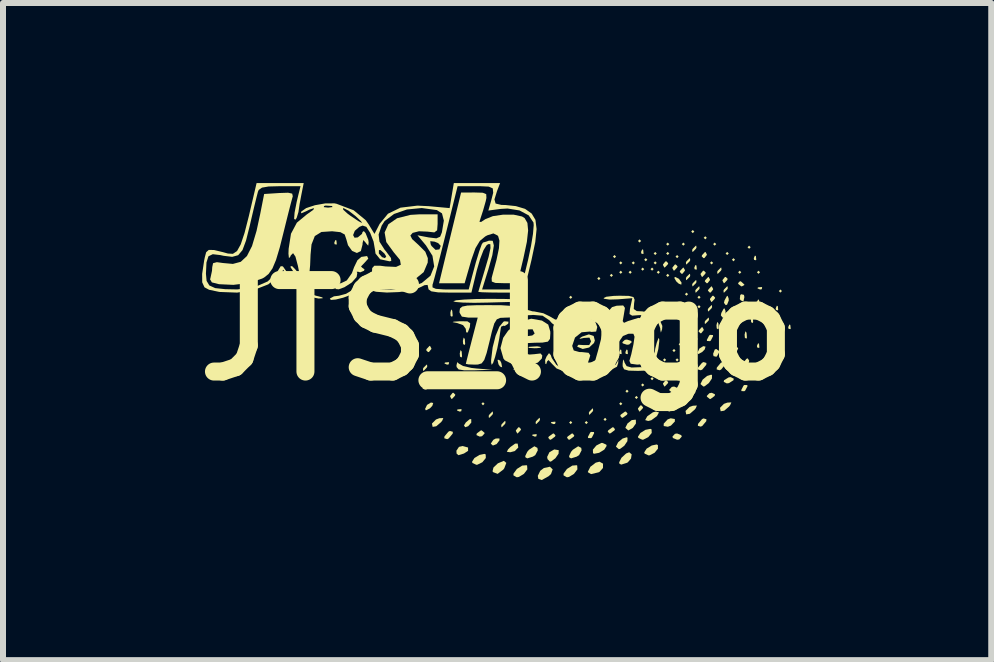
<source format=kicad_pcb>
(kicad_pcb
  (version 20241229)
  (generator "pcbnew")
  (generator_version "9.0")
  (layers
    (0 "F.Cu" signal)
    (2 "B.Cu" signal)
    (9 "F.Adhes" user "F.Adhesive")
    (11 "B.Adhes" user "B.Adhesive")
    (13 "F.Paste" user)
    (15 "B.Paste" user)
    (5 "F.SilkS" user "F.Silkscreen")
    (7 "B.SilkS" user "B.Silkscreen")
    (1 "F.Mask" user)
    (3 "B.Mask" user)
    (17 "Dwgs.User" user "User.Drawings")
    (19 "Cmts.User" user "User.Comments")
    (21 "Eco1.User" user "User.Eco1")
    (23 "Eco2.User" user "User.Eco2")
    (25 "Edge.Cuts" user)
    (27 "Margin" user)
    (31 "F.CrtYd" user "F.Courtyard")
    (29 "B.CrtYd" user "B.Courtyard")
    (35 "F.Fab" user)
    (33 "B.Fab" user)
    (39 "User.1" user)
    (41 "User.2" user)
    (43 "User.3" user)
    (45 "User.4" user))
  (footprint "JTS_logo"
    (layer "F.Cu")
    (at 5.232 2.451)
    (property "Reference" "JTS_logo" (at 0 0 0) (layer "F.SilkS") (effects (font (size 1.524 1.524) (thickness 0.3))))
    (attr board_only exclude_from_pos_files exclude_from_bom)
    (fp_poly (pts (xy -0.782 0.808) (xy -0.808 0.834) (xy -0.834 0.808) (xy -0.808 0.782)) (stroke (width 0) (type solid)) (fill yes) (layer "F.SilkS"))
    (fp_poly (pts (xy -0.209 1.226) (xy -0.235 1.252) (xy -0.261 1.226) (xy -0.235 1.2)) (stroke (width 0) (type solid)) (fill yes) (layer "F.SilkS"))
    (fp_poly (pts (xy 1.252 -0.548) (xy 1.226 -0.522) (xy 1.2 -0.548) (xy 1.226 -0.574)) (stroke (width 0) (type solid)) (fill yes) (layer "F.SilkS"))
    (fp_poly (pts (xy 1.252 1.539) (xy 1.226 1.565) (xy 1.2 1.539) (xy 1.226 1.513)) (stroke (width 0) (type solid)) (fill yes) (layer "F.SilkS"))
    (fp_poly (pts (xy 1.513 1.539) (xy 1.486 1.565) (xy 1.46 1.539) (xy 1.486 1.513)) (stroke (width 0) (type solid)) (fill yes) (layer "F.SilkS"))
    (fp_poly (pts (xy 1.721 -0.861) (xy 1.695 -0.834) (xy 1.669 -0.861) (xy 1.695 -0.887)) (stroke (width 0) (type solid)) (fill yes) (layer "F.SilkS"))
    (fp_poly (pts (xy 1.825 1.486) (xy 1.799 1.513) (xy 1.773 1.486) (xy 1.799 1.46)) (stroke (width 0) (type solid)) (fill yes) (layer "F.SilkS"))
    (fp_poly (pts (xy 1.93 -0.913) (xy 1.904 -0.887) (xy 1.878 -0.913) (xy 1.904 -0.939)) (stroke (width 0) (type solid)) (fill yes) (layer "F.SilkS"))
    (fp_poly (pts (xy 1.982 -1.226) (xy 1.956 -1.2) (xy 1.93 -1.226) (xy 1.956 -1.252)) (stroke (width 0) (type solid)) (fill yes) (layer "F.SilkS"))
    (fp_poly (pts (xy 2.086 -1.121) (xy 2.06 -1.095) (xy 2.034 -1.121) (xy 2.06 -1.147)) (stroke (width 0) (type solid)) (fill yes) (layer "F.SilkS"))
    (fp_poly (pts (xy 2.086 -0.965) (xy 2.06 -0.939) (xy 2.034 -0.965) (xy 2.06 -0.991)) (stroke (width 0) (type solid)) (fill yes) (layer "F.SilkS"))
    (fp_poly (pts (xy 2.086 1.226) (xy 2.06 1.252) (xy 2.034 1.226) (xy 2.06 1.2)) (stroke (width 0) (type solid)) (fill yes) (layer "F.SilkS"))
    (fp_poly (pts (xy 2.191 1.017) (xy 2.164 1.043) (xy 2.138 1.017) (xy 2.164 0.991)) (stroke (width 0) (type solid)) (fill yes) (layer "F.SilkS"))
    (fp_poly (pts (xy 2.243 -0.965) (xy 2.217 -0.939) (xy 2.191 -0.965) (xy 2.217 -0.991)) (stroke (width 0) (type solid)) (fill yes) (layer "F.SilkS"))
    (fp_poly (pts (xy 2.295 -1.121) (xy 2.269 -1.095) (xy 2.243 -1.121) (xy 2.269 -1.147)) (stroke (width 0) (type solid)) (fill yes) (layer "F.SilkS"))
    (fp_poly (pts (xy 2.347 1.121) (xy 2.321 1.147) (xy 2.295 1.121) (xy 2.321 1.095)) (stroke (width 0) (type solid)) (fill yes) (layer "F.SilkS"))
    (fp_poly (pts (xy 2.399 -1.486) (xy 2.373 -1.46) (xy 2.347 -1.486) (xy 2.373 -1.513)) (stroke (width 0) (type solid)) (fill yes) (layer "F.SilkS"))
    (fp_poly (pts (xy 2.451 -1.017) (xy 2.425 -0.991) (xy 2.399 -1.017) (xy 2.425 -1.043)) (stroke (width 0) (type solid)) (fill yes) (layer "F.SilkS"))
    (fp_poly (pts (xy 2.451 0.913) (xy 2.425 0.939) (xy 2.399 0.913) (xy 2.425 0.887)) (stroke (width 0) (type solid)) (fill yes) (layer "F.SilkS"))
    (fp_poly (pts (xy 2.503 -1.174) (xy 2.477 -1.147) (xy 2.451 -1.174) (xy 2.477 -1.2)) (stroke (width 0) (type solid)) (fill yes) (layer "F.SilkS"))
    (fp_poly (pts (xy 2.608 -1.017) (xy 2.582 -0.991) (xy 2.556 -1.017) (xy 2.582 -1.043)) (stroke (width 0) (type solid)) (fill yes) (layer "F.SilkS"))
    (fp_poly (pts (xy 2.608 0.808) (xy 2.582 0.834) (xy 2.556 0.808) (xy 2.582 0.782)) (stroke (width 0) (type solid)) (fill yes) (layer "F.SilkS"))
    (fp_poly (pts (xy 2.66 -1.278) (xy 2.634 -1.252) (xy 2.608 -1.278) (xy 2.634 -1.304)) (stroke (width 0) (type solid)) (fill yes) (layer "F.SilkS"))
    (fp_poly (pts (xy 2.66 -1.121) (xy 2.634 -1.095) (xy 2.608 -1.121) (xy 2.634 -1.147)) (stroke (width 0) (type solid)) (fill yes) (layer "F.SilkS"))
    (fp_poly (pts (xy 2.712 -0.965) (xy 2.686 -0.939) (xy 2.66 -0.965) (xy 2.686 -0.991)) (stroke (width 0) (type solid)) (fill yes) (layer "F.SilkS"))
    (fp_poly (pts (xy 2.816 0.495) (xy 2.79 0.522) (xy 2.764 0.495) (xy 2.79 0.469)) (stroke (width 0) (type solid)) (fill yes) (layer "F.SilkS"))
    (fp_poly (pts (xy 2.816 0.652) (xy 2.79 0.678) (xy 2.764 0.652) (xy 2.79 0.626)) (stroke (width 0) (type solid)) (fill yes) (layer "F.SilkS"))
    (fp_poly (pts (xy 2.869 -1.434) (xy 2.843 -1.408) (xy 2.816 -1.434) (xy 2.843 -1.46)) (stroke (width 0) (type solid)) (fill yes) (layer "F.SilkS"))
    (fp_poly (pts (xy 2.869 -1.278) (xy 2.843 -1.252) (xy 2.816 -1.278) (xy 2.843 -1.304)) (stroke (width 0) (type solid)) (fill yes) (layer "F.SilkS"))
    (fp_poly (pts (xy 2.869 -0.913) (xy 2.843 -0.887) (xy 2.816 -0.913) (xy 2.843 -0.939)) (stroke (width 0) (type solid)) (fill yes) (layer "F.SilkS"))
    (fp_poly (pts (xy 2.973 0.339) (xy 2.947 0.365) (xy 2.921 0.339) (xy 2.947 0.313)) (stroke (width 0) (type solid)) (fill yes) (layer "F.SilkS"))
    (fp_poly (pts (xy 3.025 -1.226) (xy 2.999 -1.2) (xy 2.973 -1.226) (xy 2.999 -1.252)) (stroke (width 0) (type solid)) (fill yes) (layer "F.SilkS"))
    (fp_poly (pts (xy 3.025 0.495) (xy 2.999 0.522) (xy 2.973 0.495) (xy 2.999 0.469)) (stroke (width 0) (type solid)) (fill yes) (layer "F.SilkS"))
    (fp_poly (pts (xy 3.077 0.235) (xy 3.051 0.261) (xy 3.025 0.235) (xy 3.051 0.209)) (stroke (width 0) (type solid)) (fill yes) (layer "F.SilkS"))
    (fp_poly (pts (xy 3.129 -1.434) (xy 3.103 -1.408) (xy 3.077 -1.434) (xy 3.103 -1.46)) (stroke (width 0) (type solid)) (fill yes) (layer "F.SilkS"))
    (fp_poly (pts (xy 3.129 -0.078) (xy 3.103 -0.052) (xy 3.077 -0.078) (xy 3.103 -0.104)) (stroke (width 0) (type solid)) (fill yes) (layer "F.SilkS"))
    (fp_poly (pts (xy 3.182 -0.6) (xy 3.155 -0.574) (xy 3.129 -0.6) (xy 3.155 -0.626)) (stroke (width 0) (type solid)) (fill yes) (layer "F.SilkS"))
    (fp_poly (pts (xy 3.182 -0.443) (xy 3.155 -0.417) (xy 3.129 -0.443) (xy 3.155 -0.469)) (stroke (width 0) (type solid)) (fill yes) (layer "F.SilkS"))
    (fp_poly (pts (xy 3.182 -0.339) (xy 3.155 -0.313) (xy 3.129 -0.339) (xy 3.155 -0.365)) (stroke (width 0) (type solid)) (fill yes) (layer "F.SilkS"))
    (fp_poly (pts (xy 3.182 -0.183) (xy 3.155 -0.156) (xy 3.129 -0.183) (xy 3.155 -0.209)) (stroke (width 0) (type solid)) (fill yes) (layer "F.SilkS"))
    (fp_poly (pts (xy 3.286 -1.643) (xy 3.26 -1.617) (xy 3.234 -1.643) (xy 3.26 -1.669)) (stroke (width 0) (type solid)) (fill yes) (layer "F.SilkS"))
    (fp_poly (pts (xy 3.286 -0.078) (xy 3.26 -0.052) (xy 3.234 -0.078) (xy 3.26 -0.104)) (stroke (width 0) (type solid)) (fill yes) (layer "F.SilkS"))
    (fp_poly (pts (xy 3.338 -0.235) (xy 3.312 -0.209) (xy 3.286 -0.235) (xy 3.312 -0.261)) (stroke (width 0) (type solid)) (fill yes) (layer "F.SilkS"))
    (fp_poly (pts (xy 3.39 -0.548) (xy 3.364 -0.522) (xy 3.338 -0.548) (xy 3.364 -0.574)) (stroke (width 0) (type solid)) (fill yes) (layer "F.SilkS"))
    (fp_poly (pts (xy 3.39 -0.391) (xy 3.364 -0.365) (xy 3.338 -0.391) (xy 3.364 -0.417)) (stroke (width 0) (type solid)) (fill yes) (layer "F.SilkS"))
    (fp_poly (pts (xy 3.494 -1.539) (xy 3.468 -1.513) (xy 3.442 -1.539) (xy 3.468 -1.565)) (stroke (width 0) (type solid)) (fill yes) (layer "F.SilkS"))
    (fp_poly (pts (xy 3.599 -1.121) (xy 3.573 -1.095) (xy 3.547 -1.121) (xy 3.573 -1.147)) (stroke (width 0) (type solid)) (fill yes) (layer "F.SilkS"))
    (fp_poly (pts (xy 3.651 -1.434) (xy 3.625 -1.408) (xy 3.599 -1.434) (xy 3.625 -1.46)) (stroke (width 0) (type solid)) (fill yes) (layer "F.SilkS"))
    (fp_poly (pts (xy 3.86 -1.278) (xy 3.833 -1.252) (xy 3.807 -1.278) (xy 3.833 -1.304)) (stroke (width 0) (type solid)) (fill yes) (layer "F.SilkS"))
    (fp_poly (pts (xy 3.964 -1.174) (xy 3.938 -1.147) (xy 3.912 -1.174) (xy 3.938 -1.2)) (stroke (width 0) (type solid)) (fill yes) (layer "F.SilkS"))
    (fp_poly (pts (xy 4.068 -0.965) (xy 4.042 -0.939) (xy 4.016 -0.965) (xy 4.042 -0.991)) (stroke (width 0) (type solid)) (fill yes) (layer "F.SilkS"))
    (fp_poly (pts (xy 4.225 -1.382) (xy 4.199 -1.356) (xy 4.172 -1.382) (xy 4.199 -1.408)) (stroke (width 0) (type solid)) (fill yes) (layer "F.SilkS"))
    (fp_poly (pts (xy 4.381 -0.965) (xy 4.355 -0.939) (xy 4.329 -0.965) (xy 4.355 -0.991)) (stroke (width 0) (type solid)) (fill yes) (layer "F.SilkS"))
    (fp_poly (pts (xy 4.746 -0.652) (xy 4.72 -0.626) (xy 4.694 -0.652) (xy 4.72 -0.678)) (stroke (width 0) (type solid)) (fill yes) (layer "F.SilkS"))
    (fp_poly (pts (xy -2.677 -1.495) (xy -2.671 -1.433) (xy -2.677 -1.426) (xy -2.708 -1.433) (xy -2.712 -1.46) (xy -2.693 -1.503)) (stroke (width 0) (type solid)) (fill yes) (layer "F.SilkS"))
    (fp_poly (pts (xy -1.165 0.956) (xy -1.172 0.987) (xy -1.2 0.991) (xy -1.243 0.972) (xy -1.234 0.956) (xy -1.172 0.95)) (stroke (width 0) (type solid)) (fill yes) (layer "F.SilkS"))
    (fp_poly (pts (xy -0.8 0.539) (xy -0.807 0.57) (xy -0.834 0.574) (xy -0.877 0.555) (xy -0.869 0.539) (xy -0.807 0.533)) (stroke (width 0) (type solid)) (fill yes) (layer "F.SilkS"))
    (fp_poly (pts (xy -0.747 -0.323) (xy -0.74 -0.241) (xy -0.751 -0.223) (xy -0.775 -0.238) (xy -0.778 -0.291) (xy -0.765 -0.347)) (stroke (width 0) (type solid)) (fill yes) (layer "F.SilkS"))
    (fp_poly (pts (xy -0.591 1.321) (xy -0.598 1.352) (xy -0.626 1.356) (xy -0.669 1.337) (xy -0.661 1.321) (xy -0.599 1.315)) (stroke (width 0) (type solid)) (fill yes) (layer "F.SilkS"))
    (fp_poly (pts (xy -0.59 0.355) (xy -0.584 0.437) (xy -0.594 0.455) (xy -0.618 0.44) (xy -0.622 0.387) (xy -0.609 0.331)) (stroke (width 0) (type solid)) (fill yes) (layer "F.SilkS"))
    (fp_poly (pts (xy -0.538 0.147) (xy -0.532 0.228) (xy -0.542 0.247) (xy -0.566 0.231) (xy -0.57 0.178) (xy -0.557 0.123)) (stroke (width 0) (type solid)) (fill yes) (layer "F.SilkS"))
    (fp_poly (pts (xy 0.661 1.739) (xy 0.653 1.77) (xy 0.626 1.773) (xy 0.583 1.754) (xy 0.591 1.739) (xy 0.653 1.732)) (stroke (width 0) (type solid)) (fill yes) (layer "F.SilkS"))
    (fp_poly (pts (xy 0.974 1.53) (xy 0.966 1.561) (xy 0.939 1.565) (xy 0.896 1.546) (xy 0.904 1.53) (xy 0.966 1.524)) (stroke (width 0) (type solid)) (fill yes) (layer "F.SilkS"))
    (fp_poly (pts (xy 1.342 0.699) (xy 1.326 0.722) (xy 1.273 0.726) (xy 1.218 0.713) (xy 1.242 0.695) (xy 1.323 0.688)) (stroke (width 0) (type solid)) (fill yes) (layer "F.SilkS"))
    (fp_poly (pts (xy 2.069 0.33) (xy 2.075 0.392) (xy 2.069 0.4) (xy 2.038 0.393) (xy 2.034 0.365) (xy 2.053 0.322)) (stroke (width 0) (type solid)) (fill yes) (layer "F.SilkS"))
    (fp_poly (pts (xy 2.173 0.33) (xy 2.179 0.392) (xy 2.173 0.4) (xy 2.142 0.393) (xy 2.138 0.365) (xy 2.157 0.322)) (stroke (width 0) (type solid)) (fill yes) (layer "F.SilkS"))
    (fp_poly (pts (xy 2.434 -1.339) (xy 2.44 -1.277) (xy 2.434 -1.269) (xy 2.403 -1.276) (xy 2.399 -1.304) (xy 2.418 -1.347)) (stroke (width 0) (type solid)) (fill yes) (layer "F.SilkS"))
    (fp_poly (pts (xy 2.59 1.008) (xy 2.583 1.039) (xy 2.556 1.043) (xy 2.513 1.024) (xy 2.521 1.008) (xy 2.583 1.002)) (stroke (width 0) (type solid)) (fill yes) (layer "F.SilkS"))
    (fp_poly (pts (xy 3.164 0.33) (xy 3.17 0.392) (xy 3.164 0.4) (xy 3.133 0.393) (xy 3.129 0.365) (xy 3.148 0.322)) (stroke (width 0) (type solid)) (fill yes) (layer "F.SilkS"))
    (fp_poly (pts (xy 3.321 -1.078) (xy 3.327 -1.016) (xy 3.321 -1.008) (xy 3.29 -1.016) (xy 3.286 -1.043) (xy 3.305 -1.086)) (stroke (width 0) (type solid)) (fill yes) (layer "F.SilkS"))
    (fp_poly (pts (xy 3.687 -0.114) (xy 3.693 -0.033) (xy 3.682 -0.014) (xy 3.659 -0.03) (xy 3.655 -0.083) (xy 3.668 -0.138)) (stroke (width 0) (type solid)) (fill yes) (layer "F.SilkS"))
    (fp_poly (pts (xy 4.052 -0.375) (xy 4.058 -0.293) (xy 4.048 -0.275) (xy 4.024 -0.29) (xy 4.02 -0.343) (xy 4.033 -0.399)) (stroke (width 0) (type solid)) (fill yes) (layer "F.SilkS"))
    (fp_poly (pts (xy 4.156 0.042) (xy 4.162 0.124) (xy 4.152 0.142) (xy 4.128 0.127) (xy 4.124 0.074) (xy 4.137 0.018)) (stroke (width 0) (type solid)) (fill yes) (layer "F.SilkS"))
    (fp_poly (pts (xy 4.26 -0.218) (xy 4.266 -0.137) (xy 4.256 -0.118) (xy 4.232 -0.134) (xy 4.229 -0.187) (xy 4.241 -0.243)) (stroke (width 0) (type solid)) (fill yes) (layer "F.SilkS"))
    (fp_poly (pts (xy 4.312 -1.234) (xy 4.318 -1.172) (xy 4.312 -1.165) (xy 4.281 -1.172) (xy 4.277 -1.2) (xy 4.296 -1.243)) (stroke (width 0) (type solid)) (fill yes) (layer "F.SilkS"))
    (fp_poly (pts (xy 4.364 -0.504) (xy 4.37 -0.442) (xy 4.364 -0.435) (xy 4.333 -0.442) (xy 4.329 -0.469) (xy 4.348 -0.512)) (stroke (width 0) (type solid)) (fill yes) (layer "F.SilkS"))
    (fp_poly (pts (xy 4.364 0.226) (xy 4.37 0.288) (xy 4.364 0.296) (xy 4.333 0.288) (xy 4.329 0.261) (xy 4.348 0.218)) (stroke (width 0) (type solid)) (fill yes) (layer "F.SilkS"))
    (fp_poly (pts (xy 4.416 -0.713) (xy 4.409 -0.682) (xy 4.381 -0.678) (xy 4.338 -0.697) (xy 4.346 -0.713) (xy 4.408 -0.719)) (stroke (width 0) (type solid)) (fill yes) (layer "F.SilkS"))
    (fp_poly (pts (xy 4.572 -0.087) (xy 4.579 -0.025) (xy 4.572 -0.017) (xy 4.541 -0.025) (xy 4.538 -0.052) (xy 4.557 -0.095)) (stroke (width 0) (type solid)) (fill yes) (layer "F.SilkS"))
    (fp_poly (pts (xy 4.677 -0.4) (xy 4.683 -0.338) (xy 4.677 -0.33) (xy 4.646 -0.337) (xy 4.642 -0.365) (xy 4.661 -0.408)) (stroke (width 0) (type solid)) (fill yes) (layer "F.SilkS"))
    (fp_poly (pts (xy 4.729 0.226) (xy 4.735 0.288) (xy 4.729 0.296) (xy 4.698 0.288) (xy 4.694 0.261) (xy 4.713 0.218)) (stroke (width 0) (type solid)) (fill yes) (layer "F.SilkS"))
    (fp_poly (pts (xy 4.885 -0.087) (xy 4.892 -0.025) (xy 4.885 -0.017) (xy 4.854 -0.025) (xy 4.851 -0.052) (xy 4.87 -0.095)) (stroke (width 0) (type solid)) (fill yes) (layer "F.SilkS"))
    (fp_poly (pts (xy -1.064 1.213) (xy -1.079 1.26) (xy -1.12 1.303) (xy -1.186 1.336) (xy -1.2 1.313) (xy -1.167 1.245) (xy -1.102 1.205)) (stroke (width 0) (type solid)) (fill yes) (layer "F.SilkS"))
    (fp_poly (pts (xy -0.43 1.54) (xy -0.482 1.6) (xy -0.531 1.617) (xy -0.552 1.587) (xy -0.521 1.537) (xy -0.457 1.483) (xy -0.431 1.482)) (stroke (width 0) (type solid)) (fill yes) (layer "F.SilkS"))
    (fp_poly (pts (xy 0.051 0.507) (xy 0.07 0.545) (xy 0.084 0.619) (xy 0.048 0.605) (xy 0.024 0.57) (xy 0.008 0.502) (xy 0.014 0.49)) (stroke (width 0) (type solid)) (fill yes) (layer "F.SilkS"))
    (fp_poly (pts (xy 3.03 -0.855) (xy 3.073 -0.793) (xy 3.069 -0.758) (xy 3.025 -0.776) (xy 2.984 -0.814) (xy 2.951 -0.873) (xy 2.968 -0.887)) (stroke (width 0) (type solid)) (fill yes) (layer "F.SilkS"))
    (fp_poly (pts (xy 3.261 0.776) (xy 3.214 0.83) (xy 3.135 0.862) (xy 3.105 0.837) (xy 3.115 0.775) (xy 3.154 0.749) (xy 3.246 0.735)) (stroke (width 0) (type solid)) (fill yes) (layer "F.SilkS"))
    (fp_poly (pts (xy 3.473 0.274) (xy 3.459 0.321) (xy 3.417 0.364) (xy 3.352 0.398) (xy 3.338 0.375) (xy 3.371 0.306) (xy 3.435 0.266)) (stroke (width 0) (type solid)) (fill yes) (layer "F.SilkS"))
    (fp_poly (pts (xy 4.113 -0.588) (xy 4.12 -0.551) (xy 4.103 -0.475) (xy 4.058 -0.498) (xy 4.044 -0.518) (xy 4.051 -0.585) (xy 4.067 -0.599)) (stroke (width 0) (type solid)) (fill yes) (layer "F.SilkS"))
    (fp_poly (pts (xy -1.164 0.607) (xy -1.174 0.626) (xy -1.223 0.676) (xy -1.232 0.678) (xy -1.235 0.644) (xy -1.226 0.626) (xy -1.177 0.576) (xy -1.167 0.574)) (stroke (width 0) (type solid)) (fill yes) (layer "F.SilkS"))
    (fp_poly (pts (xy -1.096 0.301) (xy -1.095 0.313) (xy -1.135 0.363) (xy -1.151 0.365) (xy -1.182 0.333) (xy -1.174 0.313) (xy -1.127 0.263) (xy -1.118 0.261)) (stroke (width 0) (type solid)) (fill yes) (layer "F.SilkS"))
    (fp_poly (pts (xy -0.737 1.693) (xy -0.74 1.724) (xy -0.806 1.803) (xy -0.831 1.816) (xy -0.88 1.801) (xy -0.877 1.77) (xy -0.811 1.691) (xy -0.786 1.679)) (stroke (width 0) (type solid)) (fill yes) (layer "F.SilkS"))
    (fp_poly (pts (xy -0.696 1.075) (xy -0.704 1.095) (xy -0.751 1.145) (xy -0.759 1.147) (xy -0.782 1.107) (xy -0.782 1.095) (xy -0.742 1.045) (xy -0.727 1.043)) (stroke (width 0) (type solid)) (fill yes) (layer "F.SilkS"))
    (fp_poly (pts (xy -0.484 1.955) (xy -0.483 2.01) (xy -0.552 2.055) (xy -0.644 2.083) (xy -0.675 2.056) (xy -0.678 2.008) (xy -0.635 1.944) (xy -0.574 1.93)) (stroke (width 0) (type solid)) (fill yes) (layer "F.SilkS"))
    (fp_poly (pts (xy -0.21 1.709) (xy -0.209 1.721) (xy -0.251 1.767) (xy -0.29 1.773) (xy -0.344 1.748) (xy -0.339 1.721) (xy -0.272 1.671) (xy -0.258 1.669)) (stroke (width 0) (type solid)) (fill yes) (layer "F.SilkS"))
    (fp_poly (pts (xy -0.069 1.39) (xy -0.078 1.408) (xy -0.127 1.458) (xy -0.137 1.46) (xy -0.14 1.427) (xy -0.13 1.408) (xy -0.081 1.358) (xy -0.072 1.356)) (stroke (width 0) (type solid)) (fill yes) (layer "F.SilkS"))
    (fp_poly (pts (xy 0.04 1.835) (xy -0.008 1.898) (xy -0.07 1.922) (xy -0.104 1.891) (xy -0.104 1.888) (xy -0.063 1.827) (xy -0.022 1.805) (xy 0.039 1.804)) (stroke (width 0) (type solid)) (fill yes) (layer "F.SilkS"))
    (fp_poly (pts (xy 0.14 1.546) (xy 0.13 1.565) (xy 0.081 1.614) (xy 0.072 1.617) (xy 0.069 1.583) (xy 0.078 1.565) (xy 0.127 1.515) (xy 0.137 1.513)) (stroke (width 0) (type solid)) (fill yes) (layer "F.SilkS"))
    (fp_poly (pts (xy 0.343 1.89) (xy 0.353 1.955) (xy 0.295 2.014) (xy 0.22 2.034) (xy 0.163 2.027) (xy 0.182 1.987) (xy 0.222 1.946) (xy 0.301 1.89)) (stroke (width 0) (type solid)) (fill yes) (layer "F.SilkS"))
    (fp_poly (pts (xy 0.399 1.649) (xy 0.391 1.669) (xy 0.344 1.719) (xy 0.336 1.721) (xy 0.314 1.681) (xy 0.313 1.669) (xy 0.353 1.619) (xy 0.368 1.617)) (stroke (width 0) (type solid)) (fill yes) (layer "F.SilkS"))
    (fp_poly (pts (xy 0.714 1.494) (xy 0.704 1.513) (xy 0.655 1.562) (xy 0.646 1.565) (xy 0.642 1.531) (xy 0.652 1.513) (xy 0.701 1.463) (xy 0.71 1.46)) (stroke (width 0) (type solid)) (fill yes) (layer "F.SilkS"))
    (fp_poly (pts (xy 0.717 0.277) (xy 0.733 0.292) (xy 0.661 0.3) (xy 0.626 0.301) (xy 0.531 0.295) (xy 0.52 0.282) (xy 0.535 0.277) (xy 0.667 0.269)) (stroke (width 0) (type solid)) (fill yes) (layer "F.SilkS"))
    (fp_poly (pts (xy 0.973 1.753) (xy 0.965 1.773) (xy 0.896 1.824) (xy 0.88 1.825) (xy 0.852 1.793) (xy 0.861 1.773) (xy 0.93 1.723) (xy 0.945 1.721)) (stroke (width 0) (type solid)) (fill yes) (layer "F.SilkS"))
    (fp_poly (pts (xy 1.286 1.753) (xy 1.278 1.773) (xy 1.209 1.824) (xy 1.193 1.825) (xy 1.165 1.793) (xy 1.174 1.773) (xy 1.243 1.723) (xy 1.258 1.721)) (stroke (width 0) (type solid)) (fill yes) (layer "F.SilkS"))
    (fp_poly (pts (xy 1.6 1.338) (xy 1.591 1.356) (xy 1.542 1.406) (xy 1.532 1.408) (xy 1.529 1.375) (xy 1.539 1.356) (xy 1.588 1.306) (xy 1.597 1.304)) (stroke (width 0) (type solid)) (fill yes) (layer "F.SilkS"))
    (fp_poly (pts (xy 1.613 1.697) (xy 1.617 1.715) (xy 1.579 1.789) (xy 1.565 1.799) (xy 1.517 1.797) (xy 1.513 1.779) (xy 1.551 1.706) (xy 1.565 1.695)) (stroke (width 0) (type solid)) (fill yes) (layer "F.SilkS"))
    (fp_poly (pts (xy 1.964 1.649) (xy 1.956 1.669) (xy 1.887 1.719) (xy 1.871 1.721) (xy 1.843 1.689) (xy 1.852 1.669) (xy 1.921 1.619) (xy 1.936 1.617)) (stroke (width 0) (type solid)) (fill yes) (layer "F.SilkS"))
    (fp_poly (pts (xy 2.173 1.388) (xy 2.164 1.408) (xy 2.095 1.458) (xy 2.08 1.46) (xy 2.052 1.428) (xy 2.06 1.408) (xy 2.129 1.358) (xy 2.145 1.356)) (stroke (width 0) (type solid)) (fill yes) (layer "F.SilkS"))
    (fp_poly (pts (xy 2.234 0.18) (xy 2.243 0.2) (xy 2.2 0.239) (xy 2.164 0.243) (xy 2.095 0.22) (xy 2.086 0.2) (xy 2.129 0.161) (xy 2.164 0.156)) (stroke (width 0) (type solid)) (fill yes) (layer "F.SilkS"))
    (fp_poly (pts (xy 2.433 1.284) (xy 2.425 1.304) (xy 2.378 1.354) (xy 2.37 1.356) (xy 2.348 1.316) (xy 2.347 1.304) (xy 2.387 1.254) (xy 2.402 1.252)) (stroke (width 0) (type solid)) (fill yes) (layer "F.SilkS"))
    (fp_poly (pts (xy 2.747 1.127) (xy 2.738 1.147) (xy 2.669 1.198) (xy 2.654 1.2) (xy 2.626 1.167) (xy 2.634 1.147) (xy 2.703 1.097) (xy 2.718 1.095)) (stroke (width 0) (type solid)) (fill yes) (layer "F.SilkS"))
    (fp_poly (pts (xy 2.851 -1.115) (xy 2.843 -1.095) (xy 2.796 -1.046) (xy 2.787 -1.043) (xy 2.765 -1.083) (xy 2.764 -1.095) (xy 2.804 -1.145) (xy 2.82 -1.147)) (stroke (width 0) (type solid)) (fill yes) (layer "F.SilkS"))
    (fp_poly (pts (xy 2.851 0.866) (xy 2.843 0.887) (xy 2.796 0.936) (xy 2.787 0.939) (xy 2.765 0.898) (xy 2.764 0.887) (xy 2.804 0.837) (xy 2.82 0.834)) (stroke (width 0) (type solid)) (fill yes) (layer "F.SilkS"))
    (fp_poly (pts (xy 2.961 1.48) (xy 2.962 1.521) (xy 2.896 1.59) (xy 2.845 1.609) (xy 2.776 1.597) (xy 2.776 1.557) (xy 2.841 1.487) (xy 2.892 1.468)) (stroke (width 0) (type solid)) (fill yes) (layer "F.SilkS"))
    (fp_poly (pts (xy 3.004 0.964) (xy 2.999 0.991) (xy 2.932 1.041) (xy 2.918 1.043) (xy 2.87 1.003) (xy 2.869 0.991) (xy 2.911 0.945) (xy 2.95 0.939)) (stroke (width 0) (type solid)) (fill yes) (layer "F.SilkS"))
    (fp_poly (pts (xy 3.007 -1.063) (xy 2.999 -1.043) (xy 2.952 -0.993) (xy 2.944 -0.991) (xy 2.921 -1.031) (xy 2.921 -1.043) (xy 2.961 -1.093) (xy 2.976 -1.095)) (stroke (width 0) (type solid)) (fill yes) (layer "F.SilkS"))
    (fp_poly (pts (xy 3.061 0.66) (xy 3.051 0.678) (xy 3.002 0.728) (xy 2.993 0.73) (xy 2.989 0.696) (xy 2.999 0.678) (xy 3.048 0.628) (xy 3.057 0.626)) (stroke (width 0) (type solid)) (fill yes) (layer "F.SilkS"))
    (fp_poly (pts (xy 3.068 1.749) (xy 3.077 1.773) (xy 3.035 1.82) (xy 2.999 1.825) (xy 2.93 1.797) (xy 2.921 1.773) (xy 2.963 1.727) (xy 2.999 1.721)) (stroke (width 0) (type solid)) (fill yes) (layer "F.SilkS"))
    (fp_poly (pts (xy 3.129 -1.003) (xy 3.129 -0.991) (xy 3.089 -0.941) (xy 3.074 -0.939) (xy 3.043 -0.971) (xy 3.051 -0.991) (xy 3.098 -1.041) (xy 3.106 -1.043)) (stroke (width 0) (type solid)) (fill yes) (layer "F.SilkS"))
    (fp_poly (pts (xy 3.217 -1.166) (xy 3.208 -1.147) (xy 3.158 -1.098) (xy 3.149 -1.095) (xy 3.146 -1.129) (xy 3.155 -1.147) (xy 3.205 -1.197) (xy 3.214 -1.2)) (stroke (width 0) (type solid)) (fill yes) (layer "F.SilkS"))
    (fp_poly (pts (xy 3.217 -0.905) (xy 3.208 -0.887) (xy 3.158 -0.837) (xy 3.149 -0.834) (xy 3.146 -0.868) (xy 3.155 -0.887) (xy 3.205 -0.936) (xy 3.214 -0.939)) (stroke (width 0) (type solid)) (fill yes) (layer "F.SilkS"))
    (fp_poly (pts (xy 3.268 0.501) (xy 3.26 0.522) (xy 3.213 0.571) (xy 3.205 0.574) (xy 3.182 0.533) (xy 3.182 0.522) (xy 3.222 0.471) (xy 3.237 0.469)) (stroke (width 0) (type solid)) (fill yes) (layer "F.SilkS"))
    (fp_poly (pts (xy 3.322 -1.375) (xy 3.312 -1.356) (xy 3.263 -1.306) (xy 3.254 -1.304) (xy 3.25 -1.338) (xy 3.26 -1.356) (xy 3.309 -1.406) (xy 3.318 -1.408)) (stroke (width 0) (type solid)) (fill yes) (layer "F.SilkS"))
    (fp_poly (pts (xy 3.322 -0.801) (xy 3.312 -0.782) (xy 3.263 -0.733) (xy 3.254 -0.73) (xy 3.25 -0.764) (xy 3.26 -0.782) (xy 3.309 -0.832) (xy 3.318 -0.834)) (stroke (width 0) (type solid)) (fill yes) (layer "F.SilkS"))
    (fp_poly (pts (xy 3.334 0.133) (xy 3.338 0.15) (xy 3.3 0.224) (xy 3.286 0.235) (xy 3.238 0.232) (xy 3.234 0.215) (xy 3.272 0.141) (xy 3.286 0.13)) (stroke (width 0) (type solid)) (fill yes) (layer "F.SilkS"))
    (fp_poly (pts (xy 3.374 -0.696) (xy 3.364 -0.678) (xy 3.315 -0.628) (xy 3.306 -0.626) (xy 3.302 -0.66) (xy 3.312 -0.678) (xy 3.361 -0.728) (xy 3.37 -0.73)) (stroke (width 0) (type solid)) (fill yes) (layer "F.SilkS"))
    (fp_poly (pts (xy 3.442 -0.012) (xy 3.442 0) (xy 3.402 0.05) (xy 3.387 0.052) (xy 3.356 0.02) (xy 3.364 0) (xy 3.411 -0.05) (xy 3.419 -0.052)) (stroke (width 0) (type solid)) (fill yes) (layer "F.SilkS"))
    (fp_poly (pts (xy 3.477 -0.959) (xy 3.468 -0.939) (xy 3.422 -0.889) (xy 3.413 -0.887) (xy 3.391 -0.927) (xy 3.39 -0.939) (xy 3.43 -0.989) (xy 3.445 -0.991)) (stroke (width 0) (type solid)) (fill yes) (layer "F.SilkS"))
    (fp_poly (pts (xy 3.488 0.546) (xy 3.485 0.577) (xy 3.419 0.656) (xy 3.393 0.668) (xy 3.345 0.654) (xy 3.348 0.623) (xy 3.414 0.544) (xy 3.439 0.531)) (stroke (width 0) (type solid)) (fill yes) (layer "F.SilkS"))
    (fp_poly (pts (xy 3.488 1.484) (xy 3.485 1.516) (xy 3.419 1.595) (xy 3.393 1.607) (xy 3.345 1.593) (xy 3.348 1.561) (xy 3.414 1.482) (xy 3.439 1.47)) (stroke (width 0) (type solid)) (fill yes) (layer "F.SilkS"))
    (fp_poly (pts (xy 3.494 -1.264) (xy 3.494 -1.252) (xy 3.454 -1.202) (xy 3.439 -1.2) (xy 3.408 -1.232) (xy 3.416 -1.252) (xy 3.463 -1.302) (xy 3.471 -1.304)) (stroke (width 0) (type solid)) (fill yes) (layer "F.SilkS"))
    (fp_poly (pts (xy 3.53 -0.175) (xy 3.521 -0.156) (xy 3.471 -0.107) (xy 3.462 -0.104) (xy 3.459 -0.138) (xy 3.468 -0.156) (xy 3.518 -0.206) (xy 3.527 -0.209)) (stroke (width 0) (type solid)) (fill yes) (layer "F.SilkS"))
    (fp_poly (pts (xy 3.546 -0.846) (xy 3.547 -0.834) (xy 3.507 -0.784) (xy 3.491 -0.782) (xy 3.46 -0.814) (xy 3.468 -0.834) (xy 3.515 -0.884) (xy 3.524 -0.887)) (stroke (width 0) (type solid)) (fill yes) (layer "F.SilkS"))
    (fp_poly (pts (xy 3.582 -0.384) (xy 3.573 -0.365) (xy 3.524 -0.315) (xy 3.514 -0.313) (xy 3.511 -0.347) (xy 3.521 -0.365) (xy 3.57 -0.415) (xy 3.579 -0.417)) (stroke (width 0) (type solid)) (fill yes) (layer "F.SilkS"))
    (fp_poly (pts (xy 3.595 0.081) (xy 3.599 0.098) (xy 3.561 0.172) (xy 3.547 0.183) (xy 3.498 0.18) (xy 3.494 0.163) (xy 3.533 0.089) (xy 3.547 0.078)) (stroke (width 0) (type solid)) (fill yes) (layer "F.SilkS"))
    (fp_poly (pts (xy 3.598 -0.69) (xy 3.599 -0.678) (xy 3.559 -0.628) (xy 3.544 -0.626) (xy 3.512 -0.658) (xy 3.521 -0.678) (xy 3.567 -0.728) (xy 3.576 -0.73)) (stroke (width 0) (type solid)) (fill yes) (layer "F.SilkS"))
    (fp_poly (pts (xy 3.63 1.068) (xy 3.625 1.095) (xy 3.558 1.145) (xy 3.544 1.147) (xy 3.496 1.108) (xy 3.494 1.095) (xy 3.537 1.05) (xy 3.576 1.043)) (stroke (width 0) (type solid)) (fill yes) (layer "F.SilkS"))
    (fp_poly (pts (xy 3.633 -0.542) (xy 3.625 -0.522) (xy 3.578 -0.472) (xy 3.57 -0.469) (xy 3.547 -0.51) (xy 3.547 -0.522) (xy 3.587 -0.572) (xy 3.602 -0.574)) (stroke (width 0) (type solid)) (fill yes) (layer "F.SilkS"))
    (fp_poly (pts (xy 3.702 0.35) (xy 3.703 0.362) (xy 3.665 0.433) (xy 3.651 0.443) (xy 3.606 0.432) (xy 3.599 0.394) (xy 3.626 0.323) (xy 3.651 0.313)) (stroke (width 0) (type solid)) (fill yes) (layer "F.SilkS"))
    (fp_poly (pts (xy 3.739 -1.009) (xy 3.729 -0.991) (xy 3.68 -0.941) (xy 3.671 -0.939) (xy 3.667 -0.972) (xy 3.677 -0.991) (xy 3.726 -1.041) (xy 3.735 -1.043)) (stroke (width 0) (type solid)) (fill yes) (layer "F.SilkS"))
    (fp_poly (pts (xy 3.8 0.546) (xy 3.798 0.577) (xy 3.732 0.656) (xy 3.706 0.668) (xy 3.658 0.654) (xy 3.661 0.623) (xy 3.727 0.544) (xy 3.752 0.531)) (stroke (width 0) (type solid)) (fill yes) (layer "F.SilkS"))
    (fp_poly (pts (xy 3.805 -0.323) (xy 3.807 -0.287) (xy 3.78 -0.217) (xy 3.757 -0.209) (xy 3.728 -0.247) (xy 3.736 -0.287) (xy 3.773 -0.355) (xy 3.787 -0.365)) (stroke (width 0) (type solid)) (fill yes) (layer "F.SilkS"))
    (fp_poly (pts (xy 3.842 -0.855) (xy 3.833 -0.834) (xy 3.787 -0.785) (xy 3.778 -0.782) (xy 3.756 -0.823) (xy 3.755 -0.834) (xy 3.795 -0.885) (xy 3.81 -0.887)) (stroke (width 0) (type solid)) (fill yes) (layer "F.SilkS"))
    (fp_poly (pts (xy 3.843 -0.696) (xy 3.833 -0.678) (xy 3.784 -0.628) (xy 3.775 -0.626) (xy 3.772 -0.66) (xy 3.781 -0.678) (xy 3.83 -0.728) (xy 3.84 -0.73)) (stroke (width 0) (type solid)) (fill yes) (layer "F.SilkS"))
    (fp_poly (pts (xy 3.857 -0.531) (xy 3.86 -0.495) (xy 3.832 -0.426) (xy 3.809 -0.417) (xy 3.78 -0.455) (xy 3.789 -0.495) (xy 3.826 -0.564) (xy 3.839 -0.574)) (stroke (width 0) (type solid)) (fill yes) (layer "F.SilkS"))
    (fp_poly (pts (xy 3.889 0.08) (xy 3.88 0.126) (xy 3.832 0.192) (xy 3.78 0.207) (xy 3.763 0.164) (xy 3.767 0.147) (xy 3.831 0.073) (xy 3.85 0.064)) (stroke (width 0) (type solid)) (fill yes) (layer "F.SilkS"))
    (fp_poly (pts (xy 3.943 0.808) (xy 3.938 0.834) (xy 3.863 0.882) (xy 3.827 0.887) (xy 3.776 0.861) (xy 3.781 0.834) (xy 3.857 0.787) (xy 3.892 0.782)) (stroke (width 0) (type solid)) (fill yes) (layer "F.SilkS"))
    (fp_poly (pts (xy 3.991 -0.118) (xy 3.983 -0.078) (xy 3.946 -0.01) (xy 3.932 0) (xy 3.914 -0.043) (xy 3.912 -0.078) (xy 3.939 -0.148) (xy 3.962 -0.156)) (stroke (width 0) (type solid)) (fill yes) (layer "F.SilkS"))
    (fp_poly (pts (xy 4.012 0.289) (xy 4.016 0.307) (xy 3.978 0.381) (xy 3.964 0.391) (xy 3.916 0.389) (xy 3.912 0.371) (xy 3.95 0.298) (xy 3.964 0.287)) (stroke (width 0) (type solid)) (fill yes) (layer "F.SilkS"))
    (fp_poly (pts (xy 4.068 -0.808) (xy 4.118 -0.762) (xy 4.12 -0.753) (xy 4.08 -0.731) (xy 4.068 -0.73) (xy 4.018 -0.77) (xy 4.016 -0.785) (xy 4.048 -0.817)) (stroke (width 0) (type solid)) (fill yes) (layer "F.SilkS"))
    (fp_poly (pts (xy 4.168 0.915) (xy 4.172 0.933) (xy 4.134 1.006) (xy 4.12 1.017) (xy 4.072 1.015) (xy 4.068 0.997) (xy 4.106 0.923) (xy 4.12 0.913)) (stroke (width 0) (type solid)) (fill yes) (layer "F.SilkS"))
    (fp_poly (pts (xy 4.2 0.508) (xy 4.191 0.548) (xy 4.141 0.617) (xy 4.116 0.626) (xy 4.092 0.587) (xy 4.101 0.548) (xy 4.152 0.479) (xy 4.176 0.469)) (stroke (width 0) (type solid)) (fill yes) (layer "F.SilkS"))
    (fp_poly (pts (xy 4.485 0.614) (xy 4.485 0.626) (xy 4.445 0.676) (xy 4.43 0.678) (xy 4.399 0.646) (xy 4.407 0.626) (xy 4.454 0.576) (xy 4.462 0.574)) (stroke (width 0) (type solid)) (fill yes) (layer "F.SilkS"))
    (fp_poly (pts (xy -0.914 1.508) (xy -0.934 1.533) (xy -1.014 1.601) (xy -1.074 1.611) (xy -1.085 1.559) (xy -1.082 1.552) (xy -1.018 1.488) (xy -0.962 1.467) (xy -0.896 1.464)) (stroke (width 0) (type solid)) (fill yes) (layer "F.SilkS"))
    (fp_poly (pts (xy 0.154 2.211) (xy 0.12 2.3) (xy 0.103 2.323) (xy 0.009 2.394) (xy -0.065 2.366) (xy -0.076 2.351) (xy -0.061 2.289) (xy 0.012 2.219) (xy 0.112 2.177)) (stroke (width 0) (type solid)) (fill yes) (layer "F.SilkS"))
    (fp_poly (pts (xy 0.926 2.319) (xy 0.898 2.397) (xy 0.859 2.433) (xy 0.744 2.497) (xy 0.687 2.477) (xy 0.678 2.427) (xy 0.719 2.343) (xy 0.779 2.297) (xy 0.88 2.275)) (stroke (width 0) (type solid)) (fill yes) (layer "F.SilkS"))
    (fp_poly (pts (xy 1.76 -0.365) (xy 1.698 -0.301) (xy 1.613 -0.277) (xy 1.537 -0.274) (xy 1.56 -0.287) (xy 1.591 -0.296) (xy 1.698 -0.347) (xy 1.738 -0.384) (xy 1.767 -0.406)) (stroke (width 0) (type solid)) (fill yes) (layer "F.SilkS"))
    (fp_poly (pts (xy 3.306 0.977) (xy 3.305 1.034) (xy 3.252 1.106) (xy 3.183 1.147) (xy 3.175 1.147) (xy 3.134 1.105) (xy 3.129 1.075) (xy 3.167 1.001) (xy 3.246 0.961)) (stroke (width 0) (type solid)) (fill yes) (layer "F.SilkS"))
    (fp_poly (pts (xy 3.31 1.3) (xy 3.291 1.324) (xy 3.211 1.393) (xy 3.151 1.403) (xy 3.14 1.351) (xy 3.142 1.343) (xy 3.206 1.279) (xy 3.262 1.259) (xy 3.329 1.255)) (stroke (width 0) (type solid)) (fill yes) (layer "F.SilkS"))
    (fp_poly (pts (xy 3.884 1.247) (xy 3.865 1.272) (xy 3.785 1.341) (xy 3.725 1.351) (xy 3.714 1.298) (xy 3.716 1.291) (xy 3.78 1.227) (xy 3.836 1.207) (xy 3.903 1.203)) (stroke (width 0) (type solid)) (fill yes) (layer "F.SilkS"))
    (fp_poly (pts (xy -0.19 2.07) (xy -0.188 2.13) (xy -0.245 2.2) (xy -0.328 2.241) (xy -0.345 2.243) (xy -0.411 2.213) (xy -0.417 2.192) (xy -0.378 2.13) (xy -0.292 2.078) (xy -0.21 2.061)) (stroke (width 0) (type solid)) (fill yes) (layer "F.SilkS"))
    (fp_poly (pts (xy 0.5 2.256) (xy 0.504 2.319) (xy 0.447 2.394) (xy 0.363 2.445) (xy 0.328 2.451) (xy 0.272 2.419) (xy 0.273 2.39) (xy 0.33 2.312) (xy 0.418 2.256) (xy 0.492 2.25)) (stroke (width 0) (type solid)) (fill yes) (layer "F.SilkS"))
    (fp_poly (pts (xy 0.639 0.64) (xy 0.678 0.651) (xy 0.625 0.658) (xy 0.491 0.661) (xy 0.469 0.661) (xy 0.326 0.659) (xy 0.262 0.652) (xy 0.29 0.642) (xy 0.3 0.64) (xy 0.483 0.632)) (stroke (width 0) (type solid)) (fill yes) (layer "F.SilkS"))
    (fp_poly (pts (xy 0.672 1.961) (xy 0.678 2.002) (xy 0.636 2.082) (xy 0.596 2.107) (xy 0.502 2.136) (xy 0.471 2.117) (xy 0.469 2.097) (xy 0.502 2.027) (xy 0.532 1.992) (xy 0.621 1.934)) (stroke (width 0) (type solid)) (fill yes) (layer "F.SilkS"))
    (fp_poly (pts (xy 1.026 1.999) (xy 1.027 2) (xy 1.024 2.058) (xy 0.971 2.134) (xy 0.902 2.186) (xy 0.88 2.191) (xy 0.84 2.148) (xy 0.834 2.111) (xy 0.872 2.033) (xy 0.952 1.987)) (stroke (width 0) (type solid)) (fill yes) (layer "F.SilkS"))
    (fp_poly (pts (xy 1.335 2.256) (xy 1.338 2.319) (xy 1.281 2.394) (xy 1.198 2.445) (xy 1.163 2.451) (xy 1.107 2.419) (xy 1.107 2.39) (xy 1.164 2.312) (xy 1.253 2.256) (xy 1.327 2.25)) (stroke (width 0) (type solid)) (fill yes) (layer "F.SilkS"))
    (fp_poly (pts (xy 1.402 1.961) (xy 1.408 2.002) (xy 1.366 2.082) (xy 1.326 2.107) (xy 1.232 2.136) (xy 1.201 2.117) (xy 1.2 2.097) (xy 1.232 2.027) (xy 1.262 1.992) (xy 1.351 1.934)) (stroke (width 0) (type solid)) (fill yes) (layer "F.SilkS"))
    (fp_poly (pts (xy 1.765 2.224) (xy 1.764 2.296) (xy 1.707 2.36) (xy 1.691 2.368) (xy 1.566 2.398) (xy 1.513 2.367) (xy 1.513 2.357) (xy 1.554 2.276) (xy 1.644 2.207) (xy 1.706 2.191)) (stroke (width 0) (type solid)) (fill yes) (layer "F.SilkS"))
    (fp_poly (pts (xy 1.819 1.907) (xy 1.825 1.928) (xy 1.786 1.99) (xy 1.7 2.043) (xy 1.618 2.059) (xy 1.598 2.05) (xy 1.596 1.99) (xy 1.654 1.921) (xy 1.736 1.879) (xy 1.754 1.878)) (stroke (width 0) (type solid)) (fill yes) (layer "F.SilkS"))
    (fp_poly (pts (xy 2.173 1.791) (xy 2.171 1.849) (xy 2.119 1.926) (xy 2.049 1.978) (xy 2.028 1.982) (xy 1.982 1.943) (xy 1.982 1.936) (xy 2.016 1.868) (xy 2.09 1.806) (xy 2.159 1.784)) (stroke (width 0) (type solid)) (fill yes) (layer "F.SilkS"))
    (fp_poly (pts (xy 2.242 2.068) (xy 2.231 2.139) (xy 2.178 2.202) (xy 2.16 2.211) (xy 2.067 2.24) (xy 2.036 2.222) (xy 2.034 2.201) (xy 2.072 2.126) (xy 2.15 2.054) (xy 2.201 2.034)) (stroke (width 0) (type solid)) (fill yes) (layer "F.SilkS"))
    (fp_poly (pts (xy 2.312 1.495) (xy 2.313 1.555) (xy 2.261 1.628) (xy 2.192 1.668) (xy 2.184 1.669) (xy 2.139 1.63) (xy 2.138 1.623) (xy 2.173 1.554) (xy 2.244 1.498) (xy 2.308 1.491)) (stroke (width 0) (type solid)) (fill yes) (layer "F.SilkS"))
    (fp_poly (pts (xy 2.574 1.653) (xy 2.576 1.713) (xy 2.519 1.782) (xy 2.436 1.824) (xy 2.419 1.825) (xy 2.354 1.796) (xy 2.347 1.775) (xy 2.387 1.713) (xy 2.472 1.66) (xy 2.554 1.644)) (stroke (width 0) (type solid)) (fill yes) (layer "F.SilkS"))
    (fp_poly (pts (xy 2.679 1.914) (xy 2.68 1.974) (xy 2.623 2.043) (xy 2.541 2.085) (xy 2.523 2.086) (xy 2.458 2.057) (xy 2.451 2.036) (xy 2.491 1.974) (xy 2.577 1.921) (xy 2.658 1.904)) (stroke (width 0) (type solid)) (fill yes) (layer "F.SilkS"))
    (fp_poly (pts (xy 2.697 1.37) (xy 2.665 1.429) (xy 2.66 1.434) (xy 2.568 1.501) (xy 2.517 1.513) (xy 2.467 1.498) (xy 2.499 1.44) (xy 2.503 1.434) (xy 2.596 1.368) (xy 2.647 1.356)) (stroke (width 0) (type solid)) (fill yes) (layer "F.SilkS"))
    (fp_poly (pts (xy 2.701 0.148) (xy 2.702 0.183) (xy 2.686 0.315) (xy 2.66 0.417) (xy 2.63 0.496) (xy 2.619 0.478) (xy 2.618 0.443) (xy 2.634 0.311) (xy 2.66 0.209) (xy 2.69 0.13)) (stroke (width 0) (type solid)) (fill yes) (layer "F.SilkS"))
    (fp_poly (pts (xy 3.009 1.167) (xy 3.014 1.171) (xy 3.008 1.225) (xy 2.953 1.299) (xy 2.884 1.351) (xy 2.862 1.356) (xy 2.821 1.314) (xy 2.816 1.283) (xy 2.855 1.213) (xy 2.936 1.165)) (stroke (width 0) (type solid)) (fill yes) (layer "F.SilkS"))
    (fp_poly (pts (xy 3.581 0.748) (xy 3.579 0.806) (xy 3.527 0.882) (xy 3.457 0.935) (xy 3.436 0.939) (xy 3.391 0.9) (xy 3.39 0.893) (xy 3.424 0.825) (xy 3.498 0.763) (xy 3.567 0.741)) (stroke (width 0) (type solid)) (fill yes) (layer "F.SilkS"))
    (fp_poly (pts (xy -0.637 0.557) (xy -0.566 0.597) (xy -0.428 0.629) (xy -0.338 0.639) (xy -0.078 0.659) (xy -0.378 0.669) (xy -0.55 0.669) (xy -0.641 0.654) (xy -0.674 0.615) (xy -0.677 0.587) (xy -0.664 0.532)) (stroke (width 0) (type solid)) (fill yes) (layer "F.SilkS"))
    (fp_poly (pts (xy -0.494 -0.147) (xy -0.448 -0.116) (xy -0.454 -0.052) (xy -0.489 0.038) (xy -0.515 0.037) (xy -0.522 -0.023) (xy -0.567 -0.084) (xy -0.665 -0.119) (xy -0.741 -0.134) (xy -0.723 -0.142) (xy -0.618 -0.149)) (stroke (width 0) (type solid)) (fill yes) (layer "F.SilkS"))
    (fp_poly (pts (xy 2.018 0.542) (xy 2.018 0.548) (xy 1.997 0.609) (xy 1.935 0.641) (xy 1.804 0.655) (xy 1.721 0.657) (xy 1.434 0.662) (xy 1.705 0.641) (xy 1.883 0.616) (xy 1.977 0.572) (xy 2.002 0.532) (xy 2.02 0.487)) (stroke (width 0) (type solid)) (fill yes) (layer "F.SilkS"))
    (fp_poly (pts (xy 0.894 0.415) (xy 0.911 0.464) (xy 0.987 0.577) (xy 1.061 0.626) (xy 1.129 0.66) (xy 1.1 0.674) (xy 1.085 0.675) (xy 0.991 0.638) (xy 0.916 0.562) (xy 0.857 0.498) (xy 0.834 0.519) (xy 0.818 0.566) (xy 0.804 0.56) (xy 0.8 0.496) (xy 0.824 0.439) (xy 0.865 0.382)) (stroke (width 0) (type solid)) (fill yes) (layer "F.SilkS"))
    (fp_poly (pts (xy 2.116 0.513) (xy 2.123 0.539) (xy 2.158 0.599) (xy 2.24 0.622) (xy 2.378 0.617) (xy 2.516 0.614) (xy 2.598 0.628) (xy 2.608 0.639) (xy 2.561 0.661) (xy 2.441 0.675) (xy 2.347 0.678) (xy 2.192 0.674) (xy 2.116 0.652) (xy 2.092 0.602) (xy 2.092 0.561) (xy 2.1 0.487)) (stroke (width 0) (type solid)) (fill yes) (layer "F.SilkS"))
    (fp_poly (pts (xy 0.19 -0.142) (xy 0.185 -0.108) (xy 0.128 -0.07) (xy 0.109 -0.075) (xy 0.068 -0.059) (xy 0.062 -0.037) (xy 0.036 0.138) (xy 0.003 0.305) (xy -0.033 0.445) (xy -0.065 0.542) (xy -0.09 0.578) (xy -0.1 0.537) (xy -0.099 0.491) (xy -0.074 0.286) (xy -0.025 0.094) (xy 0.038 -0.058) (xy 0.106 -0.141) (xy 0.124 -0.148)) (stroke (width 0) (type solid)) (fill yes) (layer "F.SilkS"))
    (fp_poly (pts (xy 1.609 0.097) (xy 1.629 0.173) (xy 1.614 0.214) (xy 1.533 0.289) (xy 1.426 0.313) (xy 1.341 0.278) (xy 1.335 0.268) (xy 1.356 0.243) (xy 1.436 0.248) (xy 1.535 0.248) (xy 1.565 0.188) (xy 1.565 0.185) (xy 1.539 0.124) (xy 1.448 0.129) (xy 1.447 0.129) (xy 1.372 0.146) (xy 1.39 0.124) (xy 1.417 0.107) (xy 1.529 0.07)) (stroke (width 0) (type solid)) (fill yes) (layer "F.SilkS"))
    (fp_poly (pts (xy -2.146 -1.192) (xy -2.214 -1.117) (xy -2.267 -1.062) (xy -2.25 -1.043) (xy -2.209 -1.013) (xy -2.217 -0.99) (xy -2.282 -0.963) (xy -2.307 -0.972) (xy -2.339 -0.974) (xy -2.329 -0.951) (xy -2.341 -0.885) (xy -2.419 -0.797) (xy -2.432 -0.787) (xy -2.543 -0.716) (xy -2.638 -0.681) (xy -2.693 -0.686) (xy -2.686 -0.73) (xy -2.616 -0.78) (xy -2.601 -0.782) (xy -2.504 -0.829) (xy -2.419 -0.95) (xy -2.382 -1.051) (xy -2.327 -1.165) (xy -2.262 -1.221) (xy -2.166 -1.235)) (stroke (width 0) (type solid)) (fill yes) (layer "F.SilkS"))
    (fp_poly (pts (xy 2.196 -0.571) (xy 2.272 -0.552) (xy 2.291 -0.506) (xy 2.282 -0.443) (xy 2.277 -0.353) (xy 2.326 -0.318) (xy 2.424 -0.313) (xy 2.582 -0.278) (xy 2.701 -0.189) (xy 2.753 -0.071) (xy 2.749 -0.017) (xy 2.729 0.04) (xy 2.72 -0.001) (xy 2.718 -0.033) (xy 2.668 -0.171) (xy 2.54 -0.245) (xy 2.372 -0.251) (xy 2.25 -0.242) (xy 2.206 -0.269) (xy 2.214 -0.354) (xy 2.22 -0.381) (xy 2.253 -0.533) (xy 2.013 -0.514) (xy 1.872 -0.51) (xy 1.786 -0.523) (xy 1.773 -0.534) (xy 1.82 -0.557) (xy 1.941 -0.571) (xy 2.04 -0.574)) (stroke (width 0) (type solid)) (fill yes) (layer "F.SilkS"))
    (fp_poly (pts (xy 1.631 -0.153) (xy 1.669 -0.053) (xy 1.65 0.023) (xy 1.573 0.029) (xy 1.546 0.023) (xy 1.408 0.035) (xy 1.298 0.123) (xy 1.252 0.259) (xy 1.252 0.265) (xy 1.277 0.338) (xy 1.37 0.364) (xy 1.414 0.365) (xy 1.524 0.377) (xy 1.552 0.42) (xy 1.544 0.448) (xy 1.517 0.531) (xy 1.513 0.552) (xy 1.466 0.565) (xy 1.348 0.573) (xy 1.28 0.574) (xy 1.115 0.561) (xy 1.023 0.514) (xy 0.993 0.473) (xy 0.948 0.362) (xy 0.951 0.255) (xy 1.005 0.111) (xy 1.023 0.073) (xy 1.118 -0.054) (xy 1.251 -0.145) (xy 1.398 -0.195) (xy 1.532 -0.2)) (stroke (width 0) (type solid)) (fill yes) (layer "F.SilkS"))
    (fp_poly (pts (xy -3.414 -2.275) (xy -3.404 -2.231) (xy -3.411 -2.207) (xy -3.436 -2.114) (xy -3.478 -1.951) (xy -3.529 -1.746) (xy -3.548 -1.669) (xy -3.621 -1.378) (xy -3.683 -1.171) (xy -3.742 -1.03) (xy -3.806 -0.938) (xy -3.882 -0.877) (xy -3.914 -0.86) (xy -4.129 -0.787) (xy -4.394 -0.755) (xy -4.633 -0.766) (xy -4.752 -0.796) (xy -4.782 -0.847) (xy -4.776 -0.868) (xy -4.75 -0.989) (xy -4.746 -1.05) (xy -4.732 -1.116) (xy -4.669 -1.133) (xy -4.568 -1.119) (xy -4.402 -1.104) (xy -4.271 -1.139) (xy -4.168 -1.235) (xy -4.083 -1.402) (xy -4.008 -1.653) (xy -3.948 -1.93) (xy -3.881 -2.269) (xy -3.631 -2.285) (xy -3.482 -2.29)) (stroke (width 0) (type solid)) (fill yes) (layer "F.SilkS"))
    (fp_poly (pts (xy 0.067 -0.416) (xy 0.205 -0.407) (xy 0.279 -0.388) (xy 0.308 -0.354) (xy 0.313 -0.313) (xy 0.291 -0.24) (xy 0.207 -0.211) (xy 0.14 -0.209) (xy 0.052 -0.205) (xy -0.005 -0.18) (xy -0.047 -0.112) (xy -0.086 0.02) (xy -0.125 0.183) (xy -0.174 0.38) (xy -0.214 0.496) (xy -0.257 0.553) (xy -0.318 0.572) (xy -0.37 0.574) (xy -0.477 0.57) (xy -0.521 0.561) (xy -0.508 0.508) (xy -0.476 0.38) (xy -0.43 0.202) (xy -0.422 0.17) (xy -0.323 -0.209) (xy -0.475 -0.209) (xy -0.587 -0.226) (xy -0.625 -0.291) (xy -0.626 -0.313) (xy -0.618 -0.362) (xy -0.581 -0.393) (xy -0.496 -0.41) (xy -0.342 -0.416) (xy -0.156 -0.417)) (stroke (width 0) (type solid)) (fill yes) (layer "F.SilkS"))
    (fp_poly (pts (xy -0.991 -1.771) (xy -0.999 -1.664) (xy -1.046 -1.629) (xy -1.16 -1.642) (xy -1.302 -1.648) (xy -1.407 -1.621) (xy -1.408 -1.62) (xy -1.445 -1.577) (xy -1.416 -1.518) (xy -1.312 -1.423) (xy -1.196 -1.307) (xy -1.154 -1.2) (xy -1.156 -1.126) (xy -1.223 -0.967) (xy -1.371 -0.846) (xy -1.578 -0.771) (xy -1.825 -0.754) (xy -1.943 -0.766) (xy -2.048 -0.803) (xy -2.084 -0.889) (xy -2.086 -0.941) (xy -2.081 -1.035) (xy -2.045 -1.074) (xy -1.951 -1.074) (xy -1.858 -1.062) (xy -1.684 -1.054) (xy -1.604 -1.09) (xy -1.618 -1.171) (xy -1.721 -1.296) (xy -1.846 -1.468) (xy -1.874 -1.628) (xy -1.812 -1.764) (xy -1.666 -1.865) (xy -1.444 -1.921) (xy -1.297 -1.93) (xy -0.991 -1.93)) (stroke (width 0) (type solid)) (fill yes) (layer "F.SilkS"))
    (fp_poly (pts (xy 0.747 -0.16) (xy 0.852 -0.093) (xy 0.886 0.022) (xy 0.887 0.051) (xy 0.881 0.145) (xy 0.846 0.191) (xy 0.754 0.207) (xy 0.629 0.209) (xy 0.474 0.217) (xy 0.368 0.239) (xy 0.343 0.255) (xy 0.346 0.324) (xy 0.423 0.38) (xy 0.541 0.406) (xy 0.62 0.4) (xy 0.724 0.388) (xy 0.753 0.422) (xy 0.745 0.472) (xy 0.679 0.54) (xy 0.549 0.577) (xy 0.391 0.583) (xy 0.239 0.558) (xy 0.129 0.502) (xy 0.106 0.473) (xy 0.056 0.299) (xy 0.101 0.128) (xy 0.134 0.08) (xy 0.376 0.08) (xy 0.399 0.099) (xy 0.482 0.103) (xy 0.587 0.088) (xy 0.626 0.055) (xy 0.591 -0.015) (xy 0.504 -0.012) (xy 0.438 0.026) (xy 0.376 0.08) (xy 0.134 0.08) (xy 0.184 0.008) (xy 0.364 -0.139) (xy 0.57 -0.191)) (stroke (width 0) (type solid)) (fill yes) (layer "F.SilkS"))
    (fp_poly (pts (xy -0.239 -2.29) (xy -0.181 -2.266) (xy -0.178 -2.203) (xy -0.189 -2.151) (xy -0.233 -1.995) (xy -0.268 -1.888) (xy -0.294 -1.806) (xy -0.266 -1.803) (xy -0.197 -1.849) (xy -0.07 -1.9) (xy 0.102 -1.925) (xy 0.278 -1.924) (xy 0.416 -1.894) (xy 0.459 -1.867) (xy 0.505 -1.787) (xy 0.517 -1.661) (xy 0.496 -1.471) (xy 0.439 -1.202) (xy 0.43 -1.164) (xy 0.339 -0.783) (xy 0.111 -0.783) (xy -0.029 -0.787) (xy -0.088 -0.81) (xy -0.091 -0.867) (xy -0.083 -0.9) (xy -0.009 -1.174) (xy 0.031 -1.366) (xy 0.039 -1.491) (xy 0.018 -1.565) (xy 0.007 -1.578) (xy -0.062 -1.612) (xy -0.162 -1.581) (xy -0.197 -1.562) (xy -0.287 -1.488) (xy -0.36 -1.367) (xy -0.429 -1.171) (xy -0.44 -1.132) (xy -0.541 -0.782) (xy -0.967 -0.782) (xy -0.784 -1.538) (xy -0.6 -2.293) (xy -0.377 -2.294)) (stroke (width 0) (type solid)) (fill yes) (layer "F.SilkS"))
    (fp_poly (pts (xy 0.127 -0.52) (xy 0.298 -0.515) (xy 0.4 -0.502) (xy 0.451 -0.479) (xy 0.468 -0.443) (xy 0.469 -0.417) (xy 0.496 -0.339) (xy 0.594 -0.313) (xy 0.614 -0.313) (xy 0.77 -0.282) (xy 0.879 -0.229) (xy 0.968 -0.177) (xy 1.048 -0.179) (xy 1.165 -0.234) (xy 1.169 -0.236) (xy 1.3 -0.289) (xy 1.402 -0.301) (xy 1.413 -0.298) (xy 1.437 -0.274) (xy 1.376 -0.265) (xy 1.257 -0.23) (xy 1.133 -0.156) (xy 1.033 -0.081) (xy 0.974 -0.068) (xy 0.911 -0.119) (xy 0.869 -0.166) (xy 0.758 -0.241) (xy 0.601 -0.254) (xy 0.578 -0.252) (xy 0.453 -0.246) (xy 0.404 -0.272) (xy 0.406 -0.344) (xy 0.408 -0.355) (xy 0.431 -0.476) (xy -0.15 -0.46) (xy -0.382 -0.456) (xy -0.57 -0.46) (xy -0.692 -0.47) (xy -0.73 -0.482) (xy -0.682 -0.498) (xy -0.549 -0.51) (xy -0.353 -0.519) (xy -0.13 -0.522)) (stroke (width 0) (type solid)) (fill yes) (layer "F.SilkS"))
    (fp_poly (pts (xy 2.13 -0.371) (xy 2.112 -0.26) (xy 2.093 -0.151) (xy 2.114 -0.122) (xy 2.182 -0.152) (xy 2.354 -0.205) (xy 2.5 -0.176) (xy 2.556 -0.13) (xy 2.59 -0.062) (xy 2.593 0.042) (xy 2.566 0.21) (xy 2.555 0.261) (xy 2.516 0.434) (xy 2.478 0.527) (xy 2.425 0.566) (xy 2.34 0.574) (xy 2.334 0.574) (xy 2.226 0.559) (xy 2.204 0.511) (xy 2.208 0.499) (xy 2.236 0.4) (xy 2.268 0.254) (xy 2.272 0.234) (xy 2.29 0.11) (xy 2.271 0.06) (xy 2.2 0.059) (xy 2.184 0.061) (xy 2.097 0.097) (xy 2.031 0.192) (xy 1.982 0.326) (xy 1.927 0.475) (xy 1.872 0.549) (xy 1.793 0.572) (xy 1.757 0.573) (xy 1.655 0.563) (xy 1.633 0.514) (xy 1.649 0.456) (xy 1.68 0.347) (xy 1.725 0.174) (xy 1.774 -0.026) (xy 1.774 -0.026) (xy 1.823 -0.217) (xy 1.866 -0.329) (xy 1.915 -0.384) (xy 1.986 -0.406) (xy 2.005 -0.408) (xy 2.101 -0.412)) (stroke (width 0) (type solid)) (fill yes) (layer "F.SilkS"))
    (fp_poly (pts (xy -3.261 -2.256) (xy -3.29 -2.102) (xy -3.308 -1.982) (xy -3.309 -1.97) (xy -3.34 -1.869) (xy -3.362 -1.84) (xy -3.382 -1.855) (xy -3.374 -1.958) (xy -3.339 -2.138) (xy -3.309 -2.263) (xy -3.275 -2.399) (xy -3.616 -2.399) (xy -3.807 -2.394) (xy -3.917 -2.375) (xy -3.971 -2.337) (xy -3.984 -2.308) (xy -4.007 -2.219) (xy -4.047 -2.056) (xy -4.096 -1.848) (xy -4.121 -1.739) (xy -4.183 -1.493) (xy -4.242 -1.334) (xy -4.314 -1.249) (xy -4.413 -1.222) (xy -4.555 -1.239) (xy -4.611 -1.251) (xy -4.737 -1.266) (xy -4.809 -1.231) (xy -4.842 -1.128) (xy -4.851 -0.941) (xy -4.84 -0.821) (xy -4.794 -0.745) (xy -4.697 -0.701) (xy -4.528 -0.683) (xy -4.329 -0.679) (xy -4.049 -0.713) (xy -3.822 -0.812) (xy -3.666 -0.965) (xy -3.649 -0.994) (xy -3.605 -1.066) (xy -3.569 -1.063) (xy -3.51 -0.979) (xy -3.497 -0.958) (xy -3.313 -0.731) (xy -3.096 -0.598) (xy -3.014 -0.573) (xy -2.911 -0.546) (xy -2.905 -0.532) (xy -2.974 -0.527) (xy -3.099 -0.552) (xy -3.251 -0.623) (xy -3.296 -0.651) (xy -3.423 -0.757) (xy -3.51 -0.865) (xy -3.523 -0.895) (xy -3.559 -1.008) (xy -3.644 -0.901) (xy -3.813 -0.763) (xy -4.051 -0.67) (xy -4.331 -0.626) (xy -4.626 -0.637) (xy -4.798 -0.673) (xy -4.875 -0.714) (xy -4.913 -0.797) (xy -4.914 -0.938) (xy -4.881 -1.158) (xy -4.869 -1.217) (xy -4.847 -1.299) (xy -4.804 -1.337) (xy -4.717 -1.336) (xy -4.564 -1.299) (xy -4.485 -1.277) (xy -4.402 -1.272) (xy -4.333 -1.318) (xy -4.271 -1.43) (xy -4.208 -1.619) (xy -4.137 -1.897) (xy -4.007 -2.451) (xy -3.222 -2.451)) (stroke (width 0) (type solid)) (fill yes) (layer "F.SilkS"))
    (fp_poly (pts (xy -0.001 -2.318) (xy -0.044 -2.179) (xy -0.025 -2.11) (xy 0.071 -2.087) (xy 0.143 -2.085) (xy 0.313 -2.067) (xy 0.46 -2.023) (xy 0.469 -2.019) (xy 0.576 -1.943) (xy 0.639 -1.838) (xy 0.658 -1.685) (xy 0.636 -1.469) (xy 0.574 -1.174) (xy 0.569 -1.153) (xy 0.443 -0.627) (xy 0.065 -0.626) (xy -0.118 -0.628) (xy -0.253 -0.632) (xy -0.312 -0.638) (xy -0.313 -0.639) (xy -0.298 -0.691) (xy -0.261 -0.817) (xy -0.21 -0.988) (xy -0.209 -0.991) (xy -0.141 -1.223) (xy -0.11 -1.368) (xy -0.113 -1.434) (xy -0.15 -1.433) (xy -0.177 -1.412) (xy -0.226 -1.334) (xy -0.283 -1.185) (xy -0.338 -0.997) (xy -0.34 -0.989) (xy -0.428 -0.626) (xy -0.788 -0.626) (xy -0.984 -0.63) (xy -1.095 -0.647) (xy -1.142 -0.68) (xy -1.147 -0.705) (xy -1.149 -0.713) (xy -1.076 -0.713) (xy -1.021 -0.689) (xy -0.89 -0.679) (xy -0.79 -0.678) (xy -0.473 -0.678) (xy -0.416 -0.9) (xy -0.354 -1.13) (xy -0.298 -1.313) (xy -0.256 -1.429) (xy -0.235 -1.46) (xy -0.178 -1.476) (xy -0.135 -1.492) (xy -0.073 -1.489) (xy -0.054 -1.411) (xy -0.079 -1.251) (xy -0.148 -1.004) (xy -0.151 -0.996) (xy -0.25 -0.678) (xy 0.397 -0.678) (xy 0.517 -1.175) (xy 0.565 -1.403) (xy 0.598 -1.604) (xy 0.61 -1.749) (xy 0.606 -1.794) (xy 0.526 -1.913) (xy 0.373 -1.995) (xy 0.173 -2.027) (xy 0.056 -2.02) (xy -0.146 -1.993) (xy -0.099 -2.157) (xy -0.065 -2.289) (xy -0.072 -2.362) (xy -0.139 -2.392) (xy -0.284 -2.399) (xy -0.355 -2.399) (xy -0.658 -2.399) (xy -0.852 -1.618) (xy -0.921 -1.342) (xy -0.983 -1.098) (xy -1.034 -0.906) (xy -1.067 -0.785) (xy -1.076 -0.757) (xy -1.076 -0.713) (xy -1.149 -0.713) (xy -1.158 -0.754) (xy -1.208 -0.75) (xy -1.301 -0.705) (xy -1.441 -0.662) (xy -1.632 -0.635) (xy -1.837 -0.627) (xy -2.017 -0.64) (xy -2.134 -0.674) (xy -2.134 -0.674) (xy -2.243 -0.684) (xy -2.329 -0.642) (xy -2.436 -0.588) (xy -2.565 -0.541) (xy -2.686 -0.511) (xy -2.77 -0.504) (xy -2.787 -0.527) (xy -2.718 -0.564) (xy -2.635 -0.574) (xy -2.517 -0.606) (xy -2.378 -0.688) (xy -2.345 -0.714) (xy -2.238 -0.798) (xy -2.178 -0.817) (xy -2.137 -0.778) (xy -2.13 -0.766) (xy -2.072 -0.713) (xy -1.958 -0.686) (xy -1.768 -0.678) (xy -1.477 -0.706) (xy -1.255 -0.786) (xy -1.11 -0.907) (xy -1.048 -1.062) (xy -1.077 -1.24) (xy -1.185 -1.412) (xy -1.244 -1.483) (xy -1.114 -1.483) (xy -1.107 -1.432) (xy -1.092 -1.402) (xy -1.025 -1.338) (xy -0.961 -1.346) (xy -0.939 -1.405) (xy -0.982 -1.451) (xy -1.042 -1.475) (xy -1.114 -1.483) (xy -1.244 -1.483) (xy -1.327 -1.581) (xy -1.139 -1.545) (xy -1.012 -1.53) (xy -0.949 -1.557) (xy -0.92 -1.629) (xy -0.887 -1.825) (xy -0.918 -1.946) (xy -1.004 -2.001) (xy -1.255 -2.035) (xy -1.502 -2.011) (xy -1.717 -1.936) (xy -1.874 -1.818) (xy -1.923 -1.742) (xy -1.974 -1.594) (xy -1.96 -1.475) (xy -1.875 -1.342) (xy -1.847 -1.308) (xy -1.768 -1.202) (xy -1.763 -1.154) (xy -1.79 -1.147) (xy -1.948 -1.181) (xy -2.026 -1.277) (xy -1.97 -1.277) (xy -1.917 -1.217) (xy -1.868 -1.2) (xy -1.847 -1.229) (xy -1.879 -1.279) (xy -1.942 -1.334) (xy -1.969 -1.335) (xy -1.97 -1.277) (xy -2.026 -1.277) (xy -2.026 -1.278) (xy -2.034 -1.338) (xy -2.058 -1.476) (xy -2.114 -1.62) (xy -2.179 -1.722) (xy -2.241 -1.743) (xy -2.297 -1.72) (xy -2.371 -1.655) (xy -2.399 -1.584) (xy -2.375 -1.54) (xy -2.321 -1.546) (xy -2.251 -1.604) (xy -2.242 -1.635) (xy -2.22 -1.651) (xy -2.191 -1.617) (xy -2.146 -1.505) (xy -2.14 -1.46) (xy -2.147 -1.408) (xy -2.182 -1.447) (xy -2.191 -1.46) (xy -2.229 -1.502) (xy -2.241 -1.451) (xy -2.242 -1.426) (xy -2.27 -1.318) (xy -2.336 -1.286) (xy -2.416 -1.321) (xy -2.484 -1.415) (xy -2.512 -1.514) (xy -2.539 -1.594) (xy -2.611 -1.633) (xy -2.749 -1.648) (xy -2.927 -1.636) (xy -3.037 -1.568) (xy -3.092 -1.428) (xy -3.108 -1.258) (xy -3.115 -1.082) (xy -3.124 -0.987) (xy -3.139 -0.951) (xy -3.166 -0.951) (xy -3.168 -0.952) (xy -3.224 -0.927) (xy -3.233 -0.913) (xy -3.207 -0.859) (xy -3.113 -0.788) (xy -3.076 -0.768) (xy -2.98 -0.714) (xy -2.978 -0.699) (xy -3.025 -0.709) (xy -3.142 -0.763) (xy -3.272 -0.855) (xy -3.382 -0.959) (xy -3.44 -1.047) (xy -3.442 -1.063) (xy -3.416 -1.068) (xy -3.363 -1.014) (xy -3.311 -0.952) (xy -3.299 -0.971) (xy -3.318 -1.069) (xy -3.36 -1.226) (xy -3.399 -1.283) (xy -3.437 -1.246) (xy -3.447 -1.222) (xy -3.468 -1.2) (xy -3.476 -1.274) (xy -3.473 -1.356) (xy -3.434 -1.607) (xy -3.336 -1.791) (xy -3.166 -1.932) (xy -3.165 -1.932) (xy -3.061 -2.006) (xy -3.05 -2.034) (xy -3.126 -2.009) (xy -3.191 -1.977) (xy -3.266 -1.947) (xy -3.264 -1.975) (xy -3.181 -2.034) (xy -3.18 -2.034) (xy -2.566 -2.034) (xy -2.564 -2.008) (xy -2.493 -1.943) (xy -2.446 -1.908) (xy -2.309 -1.816) (xy -2.249 -1.785) (xy -2.267 -1.815) (xy -2.363 -1.905) (xy -2.473 -1.99) (xy -2.557 -2.033) (xy -2.566 -2.034) (xy -3.18 -2.034) (xy -3.133 -2.05) (xy -2.888 -2.05) (xy -2.816 -2.042) (xy -2.742 -2.051) (xy -2.751 -2.069) (xy -2.858 -2.076) (xy -2.882 -2.069) (xy -2.888 -2.05) (xy -3.133 -2.05) (xy -3.034 -2.082) (xy -2.864 -2.112) (xy -2.71 -2.113) (xy -2.675 -2.106) (xy -2.39 -1.998) (xy -2.188 -1.832) (xy -2.141 -1.765) (xy -2.043 -1.604) (xy -1.957 -1.771) (xy -1.818 -1.94) (xy -1.61 -2.041) (xy -1.328 -2.075) (xy -1.139 -2.066) (xy -0.791 -2.034) (xy -0.756 -2.243) (xy -0.721 -2.451) (xy 0.05 -2.451)) (stroke (width 0) (type solid)) (fill yes) (layer "F.SilkS")))
  (gr_rect
    (start -3 -3)
    (end 13.465 7.948)
    (stroke (width 0.1) (type default))
    (fill no)
    (layer "Edge.Cuts")))
</source>
